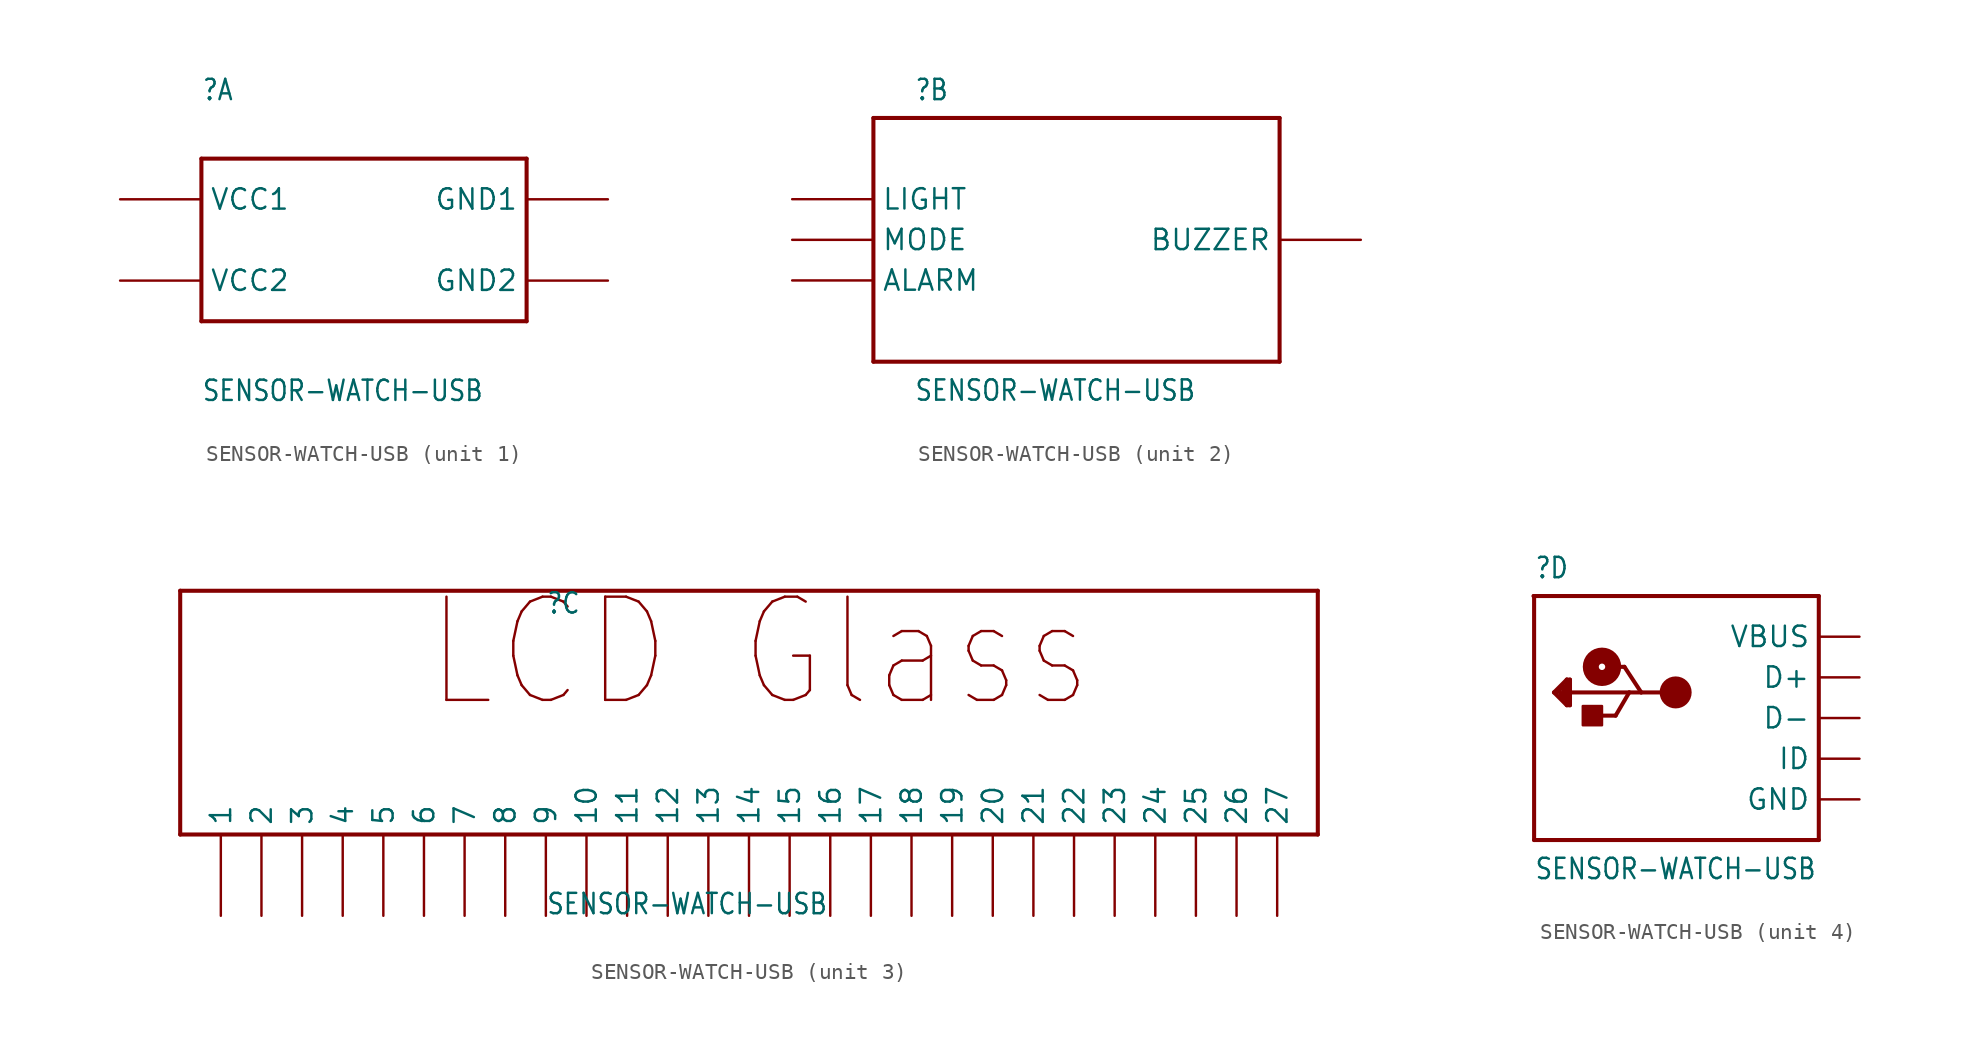
<source format=kicad_sym>
(kicad_symbol_lib
  (version 20211014)
  (generator kicad_symbol_editor)
  (symbol "SENSOR-WATCH-USB"
    (property "Reference" ""
      (at -10.16 8.636 0)
      (effects (font (size 1.27 1.079)) (justify left bottom)))
    (property "Value" "SENSOR-WATCH-USB"
      (at -10.16 -10.16 0)
      (effects (font (size 1.27 1.079)) (justify left bottom)))
    (property "ki_locked" ""
      (at 0 0 0)
      (effects (font (size 1.27 1.27))))
    (symbol "SENSOR-WATCH-USB_1_0"
      (polyline (pts (xy -10.16 -5.08) (xy -10.16 5.08)) (stroke (width 0.254) (type default) (color 0 0 0 0)) (fill (type none)))
      (polyline (pts (xy -10.16 5.08) (xy 10.16 5.08)) (stroke (width 0.254) (type default) (color 0 0 0 0)) (fill (type none)))
      (polyline (pts (xy 10.16 -5.08) (xy -10.16 -5.08)) (stroke (width 0.254) (type default) (color 0 0 0 0)) (fill (type none)))
      (polyline (pts (xy 10.16 5.08) (xy 10.16 -5.08)) (stroke (width 0.254) (type default) (color 0 0 0 0)) (fill (type none)))
      (pin bidirectional line (at 15.24 2.54 180) (length 5.08) (name "GND1" (effects (font (size 1.27 1.27)))) (number "GND1" (effects (font (size 0 0)))))
      (pin bidirectional line (at 15.24 -2.54 180) (length 5.08) (name "GND2" (effects (font (size 1.27 1.27)))) (number "GND2" (effects (font (size 0 0)))))
      (pin bidirectional line (at -15.24 2.54 0) (length 5.08) (name "VCC1" (effects (font (size 1.27 1.27)))) (number "VCC1" (effects (font (size 0 0)))))
      (pin bidirectional line (at -15.24 -2.54 0) (length 5.08) (name "VCC2" (effects (font (size 1.27 1.27)))) (number "VCC2" (effects (font (size 0 0))))))
    (symbol "SENSOR-WATCH-USB_2_0"
      (polyline (pts (xy -12.7 -7.62) (xy -12.7 7.62)) (stroke (width 0.254) (type default) (color 0 0 0 0)) (fill (type none)))
      (polyline (pts (xy -12.7 7.62) (xy 12.7 7.62)) (stroke (width 0.254) (type default) (color 0 0 0 0)) (fill (type none)))
      (polyline (pts (xy 12.7 -7.62) (xy -12.7 -7.62)) (stroke (width 0.254) (type default) (color 0 0 0 0)) (fill (type none)))
      (polyline (pts (xy 12.7 7.62) (xy 12.7 -7.62)) (stroke (width 0.254) (type default) (color 0 0 0 0)) (fill (type none)))
      (pin bidirectional line (at -17.78 -2.54 0) (length 5.08) (name "ALARM" (effects (font (size 1.27 1.27)))) (number "ALARM" (effects (font (size 0 0)))))
      (pin bidirectional line (at 17.78 0 180) (length 5.08) (name "BUZZER" (effects (font (size 1.27 1.27)))) (number "BUZZER" (effects (font (size 0 0)))))
      (pin bidirectional line (at -17.78 2.54 0) (length 5.08) (name "LIGHT" (effects (font (size 1.27 1.27)))) (number "LIGHT" (effects (font (size 0 0)))))
      (pin bidirectional line (at -17.78 0 0) (length 5.08) (name "MODE" (effects (font (size 1.27 1.27)))) (number "MODE" (effects (font (size 0 0))))))
    (symbol "SENSOR-WATCH-USB_3_0"
      (polyline (pts (xy -33.02 -5.08) (xy -33.02 10.16)) (stroke (width 0.254) (type default) (color 0 0 0 0)) (fill (type none)))
      (polyline (pts (xy -33.02 10.16) (xy 38.1 10.16)) (stroke (width 0.254) (type default) (color 0 0 0 0)) (fill (type none)))
      (polyline (pts (xy 38.1 -5.08) (xy -33.02 -5.08)) (stroke (width 0.254) (type default) (color 0 0 0 0)) (fill (type none)))
      (polyline (pts (xy 38.1 10.16) (xy 38.1 -5.08)) (stroke (width 0.254) (type default) (color 0 0 0 0)) (fill (type none)))
      (text "LCD Glass" (at -17.78 2.54 0) (effects (font (size 6.452 5.484)) (justify left bottom)))
      (pin input line (at -30.48 -10.16 90) (length 5.08) (name "1" (effects (font (size 1.27 1.27)))) (number "1" (effects (font (size 0 0)))))
      (pin input line (at -7.62 -10.16 90) (length 5.08) (name "10" (effects (font (size 1.27 1.27)))) (number "10" (effects (font (size 0 0)))))
      (pin input line (at -5.08 -10.16 90) (length 5.08) (name "11" (effects (font (size 1.27 1.27)))) (number "11" (effects (font (size 0 0)))))
      (pin input line (at -2.54 -10.16 90) (length 5.08) (name "12" (effects (font (size 1.27 1.27)))) (number "12" (effects (font (size 0 0)))))
      (pin input line (at 0 -10.16 90) (length 5.08) (name "13" (effects (font (size 1.27 1.27)))) (number "13" (effects (font (size 0 0)))))
      (pin input line (at 2.54 -10.16 90) (length 5.08) (name "14" (effects (font (size 1.27 1.27)))) (number "14" (effects (font (size 0 0)))))
      (pin input line (at 5.08 -10.16 90) (length 5.08) (name "15" (effects (font (size 1.27 1.27)))) (number "15" (effects (font (size 0 0)))))
      (pin input line (at 7.62 -10.16 90) (length 5.08) (name "16" (effects (font (size 1.27 1.27)))) (number "16" (effects (font (size 0 0)))))
      (pin input line (at 10.16 -10.16 90) (length 5.08) (name "17" (effects (font (size 1.27 1.27)))) (number "17" (effects (font (size 0 0)))))
      (pin input line (at 12.7 -10.16 90) (length 5.08) (name "18" (effects (font (size 1.27 1.27)))) (number "18" (effects (font (size 0 0)))))
      (pin input line (at 15.24 -10.16 90) (length 5.08) (name "19" (effects (font (size 1.27 1.27)))) (number "19" (effects (font (size 0 0)))))
      (pin input line (at -27.94 -10.16 90) (length 5.08) (name "2" (effects (font (size 1.27 1.27)))) (number "2" (effects (font (size 0 0)))))
      (pin input line (at 17.78 -10.16 90) (length 5.08) (name "20" (effects (font (size 1.27 1.27)))) (number "20" (effects (font (size 0 0)))))
      (pin input line (at 20.32 -10.16 90) (length 5.08) (name "21" (effects (font (size 1.27 1.27)))) (number "21" (effects (font (size 0 0)))))
      (pin input line (at 22.86 -10.16 90) (length 5.08) (name "22" (effects (font (size 1.27 1.27)))) (number "22" (effects (font (size 0 0)))))
      (pin input line (at 25.4 -10.16 90) (length 5.08) (name "23" (effects (font (size 1.27 1.27)))) (number "23" (effects (font (size 0 0)))))
      (pin input line (at 27.94 -10.16 90) (length 5.08) (name "24" (effects (font (size 1.27 1.27)))) (number "24" (effects (font (size 0 0)))))
      (pin input line (at 30.48 -10.16 90) (length 5.08) (name "25" (effects (font (size 1.27 1.27)))) (number "25" (effects (font (size 0 0)))))
      (pin input line (at 33.02 -10.16 90) (length 5.08) (name "26" (effects (font (size 1.27 1.27)))) (number "26" (effects (font (size 0 0)))))
      (pin input line (at 35.56 -10.16 90) (length 5.08) (name "27" (effects (font (size 1.27 1.27)))) (number "27" (effects (font (size 0 0)))))
      (pin input line (at -25.4 -10.16 90) (length 5.08) (name "3" (effects (font (size 1.27 1.27)))) (number "3" (effects (font (size 0 0)))))
      (pin input line (at -22.86 -10.16 90) (length 5.08) (name "4" (effects (font (size 1.27 1.27)))) (number "4" (effects (font (size 0 0)))))
      (pin input line (at -20.32 -10.16 90) (length 5.08) (name "5" (effects (font (size 1.27 1.27)))) (number "5" (effects (font (size 0 0)))))
      (pin input line (at -17.78 -10.16 90) (length 5.08) (name "6" (effects (font (size 1.27 1.27)))) (number "6" (effects (font (size 0 0)))))
      (pin input line (at -15.24 -10.16 90) (length 5.08) (name "7" (effects (font (size 1.27 1.27)))) (number "7" (effects (font (size 0 0)))))
      (pin input line (at -12.7 -10.16 90) (length 5.08) (name "8" (effects (font (size 1.27 1.27)))) (number "8" (effects (font (size 0 0)))))
      (pin input line (at -10.16 -10.16 90) (length 5.08) (name "9" (effects (font (size 1.27 1.27)))) (number "9" (effects (font (size 0 0))))))
    (symbol "SENSOR-WATCH-USB_4_0"
      (rectangle (start -7.12 -0.45) (end -5.92 0.75) (stroke (width 0) (type default) (color 0 0 0 0)) (fill (type outline)))
      (circle (center -5.92 3.2) (radius 0.2) (stroke (width 1) (type default) (color 0 0 0 0)) (fill (type none)))
      (circle (center -1.32 1.6) (radius 0.5) (stroke (width 1) (type default) (color 0 0 0 0)) (fill (type none)))
      (polyline (pts (xy -10.2 7.62) (xy -10.16 7.62)) (stroke (width 0.254) (type default) (color 0 0 0 0)) (fill (type none)))
      (polyline (pts (xy -10.16 -7.62) (xy 7.62 -7.62)) (stroke (width 0.254) (type default) (color 0 0 0 0)) (fill (type none)))
      (polyline (pts (xy -10.16 7.62) (xy -10.16 -7.62)) (stroke (width 0.254) (type default) (color 0 0 0 0)) (fill (type none)))
      (polyline (pts (xy -10.16 7.62) (xy 7.62 7.62)) (stroke (width 0.254) (type default) (color 0 0 0 0)) (fill (type none)))
      (polyline (pts (xy -8.92 1.6) (xy -8.12 2.4)) (stroke (width 0.254) (type default) (color 0 0 0 0)) (fill (type none)))
      (polyline (pts (xy -8.52 1.4) (xy -8.32 1.2)) (stroke (width 0.254) (type default) (color 0 0 0 0)) (fill (type none)))
      (polyline (pts (xy -8.52 1.6) (xy -8.52 1.4)) (stroke (width 0.254) (type default) (color 0 0 0 0)) (fill (type none)))
      (polyline (pts (xy -8.32 1.2) (xy -8.32 2)) (stroke (width 0.254) (type default) (color 0 0 0 0)) (fill (type none)))
      (polyline (pts (xy -8.32 2) (xy -8.72 1.6)) (stroke (width 0.254) (type default) (color 0 0 0 0)) (fill (type none)))
      (polyline (pts (xy -8.12 0.8) (xy -8.92 1.6)) (stroke (width 0.254) (type default) (color 0 0 0 0)) (fill (type none)))
      (polyline (pts (xy -8.12 1) (xy -8.12 2.4)) (stroke (width 0.254) (type default) (color 0 0 0 0)) (fill (type none)))
      (polyline (pts (xy -8.12 2.4) (xy -7.92 2.4)) (stroke (width 0.254) (type default) (color 0 0 0 0)) (fill (type none)))
      (polyline (pts (xy -7.92 0.8) (xy -8.12 0.8)) (stroke (width 0.254) (type default) (color 0 0 0 0)) (fill (type none)))
      (polyline (pts (xy -7.92 1.6) (xy -7.92 0.8)) (stroke (width 0.254) (type default) (color 0 0 0 0)) (fill (type none)))
      (polyline (pts (xy -7.92 2.4) (xy -7.92 1.6)) (stroke (width 0.254) (type default) (color 0 0 0 0)) (fill (type none)))
      (polyline (pts (xy -6.27 0.15) (xy -5.07 0.15)) (stroke (width 0.254) (type default) (color 0 0 0 0)) (fill (type none)))
      (polyline (pts (xy -5.52 3.2) (xy -4.52 3.2)) (stroke (width 0.254) (type default) (color 0 0 0 0)) (fill (type none)))
      (polyline (pts (xy -5.07 0.15) (xy -4.22 1.6)) (stroke (width 0.254) (type default) (color 0 0 0 0)) (fill (type none)))
      (polyline (pts (xy -4.52 3.2) (xy -3.47 1.6)) (stroke (width 0.254) (type default) (color 0 0 0 0)) (fill (type none)))
      (polyline (pts (xy -4.22 1.6) (xy -7.92 1.6)) (stroke (width 0.254) (type default) (color 0 0 0 0)) (fill (type none)))
      (polyline (pts (xy -3.47 1.6) (xy -4.22 1.6)) (stroke (width 0.254) (type default) (color 0 0 0 0)) (fill (type none)))
      (polyline (pts (xy -1.32 1.6) (xy -3.47 1.6)) (stroke (width 0.254) (type default) (color 0 0 0 0)) (fill (type none)))
      (polyline (pts (xy 7.62 7.62) (xy 7.62 -7.62)) (stroke (width 0.254) (type default) (color 0 0 0 0)) (fill (type none)))
      (pin power_in line (at 10.16 -5.08 180) (length 2.54) (name "GND" (effects (font (size 1.27 1.27)))) (number "GND" (effects (font (size 0 0)))))
      (pin bidirectional line (at 10.16 -2.54 180) (length 2.54) (name "ID" (effects (font (size 1.27 1.27)))) (number "USB_ID" (effects (font (size 0 0)))))
      (pin bidirectional line (at 10.16 0 180) (length 2.54) (name "D-" (effects (font (size 1.27 1.27)))) (number "USB_N" (effects (font (size 0 0)))))
      (pin bidirectional line (at 10.16 2.54 180) (length 2.54) (name "D+" (effects (font (size 1.27 1.27)))) (number "USB_P" (effects (font (size 0 0)))))
      (pin power_in line (at 10.16 5.08 180) (length 2.54) (name "VBUS" (effects (font (size 1.27 1.27)))) (number "VBUS" (effects (font (size 0 0))))))))
</source>
